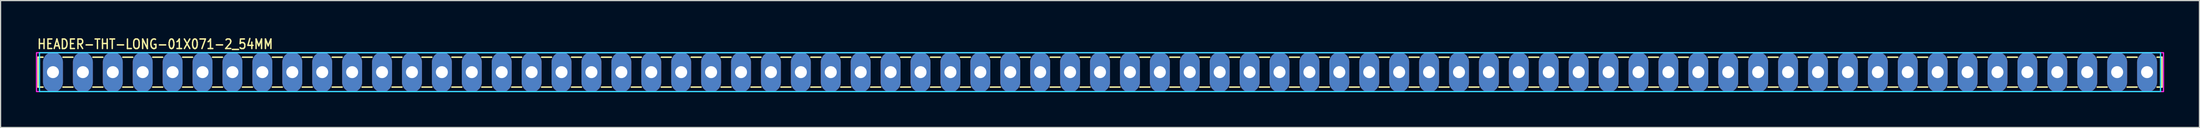
<source format=kicad_pcb>
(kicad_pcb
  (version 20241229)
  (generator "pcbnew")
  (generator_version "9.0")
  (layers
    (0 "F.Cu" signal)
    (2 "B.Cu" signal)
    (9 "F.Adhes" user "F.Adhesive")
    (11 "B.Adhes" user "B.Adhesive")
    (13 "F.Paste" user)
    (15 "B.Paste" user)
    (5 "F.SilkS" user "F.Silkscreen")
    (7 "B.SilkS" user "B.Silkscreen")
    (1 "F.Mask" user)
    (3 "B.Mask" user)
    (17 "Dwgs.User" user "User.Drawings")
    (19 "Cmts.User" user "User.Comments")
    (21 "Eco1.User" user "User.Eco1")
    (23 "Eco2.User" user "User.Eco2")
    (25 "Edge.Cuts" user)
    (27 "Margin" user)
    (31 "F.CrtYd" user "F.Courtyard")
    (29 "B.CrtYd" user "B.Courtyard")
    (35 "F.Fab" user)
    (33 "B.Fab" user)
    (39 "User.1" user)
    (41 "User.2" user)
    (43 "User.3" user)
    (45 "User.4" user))
  (footprint "HEADER-THT-LONG-01X071-2_54MM"
    (layer "F.Cu")
    (at 1.447 3.079)
    (property "Reference" "HEADER-THT-LONG-01X071-2_54MM" (at -1.4 -1.9 0) (unlocked yes) (layer "F.SilkS") (effects (font (size 0.813 0.695) (thickness 0.122)) (justify left bottom)))
    (fp_line (start -1.27 -1.27) (end -1.27 1.27) (stroke (width 0.127) (type solid)) (layer "F.SilkS"))
    (fp_line (start -1.27 1.27) (end -0.85 1.27) (stroke (width 0.127) (type solid)) (layer "F.SilkS"))
    (fp_line (start -0.85 -1.27) (end -1.27 -1.27) (stroke (width 0.127) (type solid)) (layer "F.SilkS"))
    (fp_line (start 0.85 -1.27) (end 1.69 -1.27) (stroke (width 0.127) (type solid)) (layer "F.SilkS"))
    (fp_line (start 0.85 1.27) (end 1.69 1.27) (stroke (width 0.127) (type solid)) (layer "F.SilkS"))
    (fp_line (start 3.39 -1.27) (end 4.23 -1.27) (stroke (width 0.127) (type solid)) (layer "F.SilkS"))
    (fp_line (start 3.39 1.27) (end 4.23 1.27) (stroke (width 0.127) (type solid)) (layer "F.SilkS"))
    (fp_line (start 5.93 -1.27) (end 6.77 -1.27) (stroke (width 0.127) (type solid)) (layer "F.SilkS"))
    (fp_line (start 5.93 1.27) (end 6.77 1.27) (stroke (width 0.127) (type solid)) (layer "F.SilkS"))
    (fp_line (start 8.47 -1.27) (end 9.31 -1.27) (stroke (width 0.127) (type solid)) (layer "F.SilkS"))
    (fp_line (start 8.47 1.27) (end 9.31 1.27) (stroke (width 0.127) (type solid)) (layer "F.SilkS"))
    (fp_line (start 11.01 -1.27) (end 11.85 -1.27) (stroke (width 0.127) (type solid)) (layer "F.SilkS"))
    (fp_line (start 11.01 1.27) (end 11.85 1.27) (stroke (width 0.127) (type solid)) (layer "F.SilkS"))
    (fp_line (start 13.55 -1.27) (end 14.39 -1.27) (stroke (width 0.127) (type solid)) (layer "F.SilkS"))
    (fp_line (start 13.55 1.27) (end 14.39 1.27) (stroke (width 0.127) (type solid)) (layer "F.SilkS"))
    (fp_line (start 16.09 -1.27) (end 16.93 -1.27) (stroke (width 0.127) (type solid)) (layer "F.SilkS"))
    (fp_line (start 16.09 1.27) (end 16.93 1.27) (stroke (width 0.127) (type solid)) (layer "F.SilkS"))
    (fp_line (start 18.63 -1.27) (end 19.47 -1.27) (stroke (width 0.127) (type solid)) (layer "F.SilkS"))
    (fp_line (start 18.63 1.27) (end 19.47 1.27) (stroke (width 0.127) (type solid)) (layer "F.SilkS"))
    (fp_line (start 21.17 -1.27) (end 22.01 -1.27) (stroke (width 0.127) (type solid)) (layer "F.SilkS"))
    (fp_line (start 21.17 1.27) (end 22.01 1.27) (stroke (width 0.127) (type solid)) (layer "F.SilkS"))
    (fp_line (start 23.71 -1.27) (end 24.55 -1.27) (stroke (width 0.127) (type solid)) (layer "F.SilkS"))
    (fp_line (start 23.71 1.27) (end 24.55 1.27) (stroke (width 0.127) (type solid)) (layer "F.SilkS"))
    (fp_line (start 26.25 -1.27) (end 27.09 -1.27) (stroke (width 0.127) (type solid)) (layer "F.SilkS"))
    (fp_line (start 26.25 1.27) (end 27.09 1.27) (stroke (width 0.127) (type solid)) (layer "F.SilkS"))
    (fp_line (start 28.79 -1.27) (end 29.63 -1.27) (stroke (width 0.127) (type solid)) (layer "F.SilkS"))
    (fp_line (start 28.79 1.27) (end 29.63 1.27) (stroke (width 0.127) (type solid)) (layer "F.SilkS"))
    (fp_line (start 31.33 -1.27) (end 32.17 -1.27) (stroke (width 0.127) (type solid)) (layer "F.SilkS"))
    (fp_line (start 31.33 1.27) (end 32.17 1.27) (stroke (width 0.127) (type solid)) (layer "F.SilkS"))
    (fp_line (start 33.87 -1.27) (end 34.71 -1.27) (stroke (width 0.127) (type solid)) (layer "F.SilkS"))
    (fp_line (start 33.87 1.27) (end 34.71 1.27) (stroke (width 0.127) (type solid)) (layer "F.SilkS"))
    (fp_line (start 36.41 -1.27) (end 37.25 -1.27) (stroke (width 0.127) (type solid)) (layer "F.SilkS"))
    (fp_line (start 36.41 1.27) (end 37.25 1.27) (stroke (width 0.127) (type solid)) (layer "F.SilkS"))
    (fp_line (start 38.95 -1.27) (end 39.79 -1.27) (stroke (width 0.127) (type solid)) (layer "F.SilkS"))
    (fp_line (start 38.95 1.27) (end 39.79 1.27) (stroke (width 0.127) (type solid)) (layer "F.SilkS"))
    (fp_line (start 41.49 -1.27) (end 42.33 -1.27) (stroke (width 0.127) (type solid)) (layer "F.SilkS"))
    (fp_line (start 41.49 1.27) (end 42.33 1.27) (stroke (width 0.127) (type solid)) (layer "F.SilkS"))
    (fp_line (start 44.03 -1.27) (end 44.87 -1.27) (stroke (width 0.127) (type solid)) (layer "F.SilkS"))
    (fp_line (start 44.03 1.27) (end 44.87 1.27) (stroke (width 0.127) (type solid)) (layer "F.SilkS"))
    (fp_line (start 46.57 -1.27) (end 47.41 -1.27) (stroke (width 0.127) (type solid)) (layer "F.SilkS"))
    (fp_line (start 46.57 1.27) (end 47.41 1.27) (stroke (width 0.127) (type solid)) (layer "F.SilkS"))
    (fp_line (start 49.11 -1.27) (end 49.95 -1.27) (stroke (width 0.127) (type solid)) (layer "F.SilkS"))
    (fp_line (start 49.11 1.27) (end 49.95 1.27) (stroke (width 0.127) (type solid)) (layer "F.SilkS"))
    (fp_line (start 51.65 -1.27) (end 52.49 -1.27) (stroke (width 0.127) (type solid)) (layer "F.SilkS"))
    (fp_line (start 51.65 1.27) (end 52.49 1.27) (stroke (width 0.127) (type solid)) (layer "F.SilkS"))
    (fp_line (start 54.19 -1.27) (end 55.03 -1.27) (stroke (width 0.127) (type solid)) (layer "F.SilkS"))
    (fp_line (start 54.19 1.27) (end 55.03 1.27) (stroke (width 0.127) (type solid)) (layer "F.SilkS"))
    (fp_line (start 56.73 -1.27) (end 57.57 -1.27) (stroke (width 0.127) (type solid)) (layer "F.SilkS"))
    (fp_line (start 56.73 1.27) (end 57.57 1.27) (stroke (width 0.127) (type solid)) (layer "F.SilkS"))
    (fp_line (start 59.27 -1.27) (end 60.11 -1.27) (stroke (width 0.127) (type solid)) (layer "F.SilkS"))
    (fp_line (start 59.27 1.27) (end 60.11 1.27) (stroke (width 0.127) (type solid)) (layer "F.SilkS"))
    (fp_line (start 61.81 -1.27) (end 62.65 -1.27) (stroke (width 0.127) (type solid)) (layer "F.SilkS"))
    (fp_line (start 61.81 1.27) (end 62.65 1.27) (stroke (width 0.127) (type solid)) (layer "F.SilkS"))
    (fp_line (start 64.35 -1.27) (end 65.19 -1.27) (stroke (width 0.127) (type solid)) (layer "F.SilkS"))
    (fp_line (start 64.35 1.27) (end 65.19 1.27) (stroke (width 0.127) (type solid)) (layer "F.SilkS"))
    (fp_line (start 66.89 -1.27) (end 67.73 -1.27) (stroke (width 0.127) (type solid)) (layer "F.SilkS"))
    (fp_line (start 66.89 1.27) (end 67.73 1.27) (stroke (width 0.127) (type solid)) (layer "F.SilkS"))
    (fp_line (start 69.43 -1.27) (end 70.27 -1.27) (stroke (width 0.127) (type solid)) (layer "F.SilkS"))
    (fp_line (start 69.43 1.27) (end 70.27 1.27) (stroke (width 0.127) (type solid)) (layer "F.SilkS"))
    (fp_line (start 71.97 -1.27) (end 72.81 -1.27) (stroke (width 0.127) (type solid)) (layer "F.SilkS"))
    (fp_line (start 71.97 1.27) (end 72.81 1.27) (stroke (width 0.127) (type solid)) (layer "F.SilkS"))
    (fp_line (start 74.51 -1.27) (end 75.35 -1.27) (stroke (width 0.127) (type solid)) (layer "F.SilkS"))
    (fp_line (start 74.51 1.27) (end 75.35 1.27) (stroke (width 0.127) (type solid)) (layer "F.SilkS"))
    (fp_line (start 77.05 -1.27) (end 77.89 -1.27) (stroke (width 0.127) (type solid)) (layer "F.SilkS"))
    (fp_line (start 77.05 1.27) (end 77.89 1.27) (stroke (width 0.127) (type solid)) (layer "F.SilkS"))
    (fp_line (start 79.59 -1.27) (end 80.43 -1.27) (stroke (width 0.127) (type solid)) (layer "F.SilkS"))
    (fp_line (start 79.59 1.27) (end 80.43 1.27) (stroke (width 0.127) (type solid)) (layer "F.SilkS"))
    (fp_line (start 82.13 -1.27) (end 82.97 -1.27) (stroke (width 0.127) (type solid)) (layer "F.SilkS"))
    (fp_line (start 82.13 1.27) (end 82.97 1.27) (stroke (width 0.127) (type solid)) (layer "F.SilkS"))
    (fp_line (start 84.67 -1.27) (end 85.51 -1.27) (stroke (width 0.127) (type solid)) (layer "F.SilkS"))
    (fp_line (start 84.67 1.27) (end 85.51 1.27) (stroke (width 0.127) (type solid)) (layer "F.SilkS"))
    (fp_line (start 87.21 -1.27) (end 88.05 -1.27) (stroke (width 0.127) (type solid)) (layer "F.SilkS"))
    (fp_line (start 87.21 1.27) (end 88.05 1.27) (stroke (width 0.127) (type solid)) (layer "F.SilkS"))
    (fp_line (start 89.75 -1.27) (end 90.59 -1.27) (stroke (width 0.127) (type solid)) (layer "F.SilkS"))
    (fp_line (start 89.75 1.27) (end 90.59 1.27) (stroke (width 0.127) (type solid)) (layer "F.SilkS"))
    (fp_line (start 92.29 -1.27) (end 93.13 -1.27) (stroke (width 0.127) (type solid)) (layer "F.SilkS"))
    (fp_line (start 92.29 1.27) (end 93.13 1.27) (stroke (width 0.127) (type solid)) (layer "F.SilkS"))
    (fp_line (start 94.83 -1.27) (end 95.67 -1.27) (stroke (width 0.127) (type solid)) (layer "F.SilkS"))
    (fp_line (start 94.83 1.27) (end 95.67 1.27) (stroke (width 0.127) (type solid)) (layer "F.SilkS"))
    (fp_line (start 97.37 -1.27) (end 98.21 -1.27) (stroke (width 0.127) (type solid)) (layer "F.SilkS"))
    (fp_line (start 97.37 1.27) (end 98.21 1.27) (stroke (width 0.127) (type solid)) (layer "F.SilkS"))
    (fp_line (start 99.91 -1.27) (end 100.75 -1.27) (stroke (width 0.127) (type solid)) (layer "F.SilkS"))
    (fp_line (start 99.91 1.27) (end 100.75 1.27) (stroke (width 0.127) (type solid)) (layer "F.SilkS"))
    (fp_line (start 102.45 -1.27) (end 103.29 -1.27) (stroke (width 0.127) (type solid)) (layer "F.SilkS"))
    (fp_line (start 102.45 1.27) (end 103.29 1.27) (stroke (width 0.127) (type solid)) (layer "F.SilkS"))
    (fp_line (start 104.99 -1.27) (end 105.83 -1.27) (stroke (width 0.127) (type solid)) (layer "F.SilkS"))
    (fp_line (start 104.99 1.27) (end 105.83 1.27) (stroke (width 0.127) (type solid)) (layer "F.SilkS"))
    (fp_line (start 107.53 -1.27) (end 108.37 -1.27) (stroke (width 0.127) (type solid)) (layer "F.SilkS"))
    (fp_line (start 107.53 1.27) (end 108.37 1.27) (stroke (width 0.127) (type solid)) (layer "F.SilkS"))
    (fp_line (start 110.07 -1.27) (end 110.91 -1.27) (stroke (width 0.127) (type solid)) (layer "F.SilkS"))
    (fp_line (start 110.07 1.27) (end 110.91 1.27) (stroke (width 0.127) (type solid)) (layer "F.SilkS"))
    (fp_line (start 112.61 -1.27) (end 113.45 -1.27) (stroke (width 0.127) (type solid)) (layer "F.SilkS"))
    (fp_line (start 112.61 1.27) (end 113.45 1.27) (stroke (width 0.127) (type solid)) (layer "F.SilkS"))
    (fp_line (start 115.15 -1.27) (end 115.99 -1.27) (stroke (width 0.127) (type solid)) (layer "F.SilkS"))
    (fp_line (start 115.15 1.27) (end 115.99 1.27) (stroke (width 0.127) (type solid)) (layer "F.SilkS"))
    (fp_line (start 117.69 -1.27) (end 118.53 -1.27) (stroke (width 0.127) (type solid)) (layer "F.SilkS"))
    (fp_line (start 117.69 1.27) (end 118.53 1.27) (stroke (width 0.127) (type solid)) (layer "F.SilkS"))
    (fp_line (start 120.23 -1.27) (end 121.07 -1.27) (stroke (width 0.127) (type solid)) (layer "F.SilkS"))
    (fp_line (start 120.23 1.27) (end 121.07 1.27) (stroke (width 0.127) (type solid)) (layer "F.SilkS"))
    (fp_line (start 122.77 -1.27) (end 123.61 -1.27) (stroke (width 0.127) (type solid)) (layer "F.SilkS"))
    (fp_line (start 122.77 1.27) (end 123.61 1.27) (stroke (width 0.127) (type solid)) (layer "F.SilkS"))
    (fp_line (start 125.31 -1.27) (end 126.15 -1.27) (stroke (width 0.127) (type solid)) (layer "F.SilkS"))
    (fp_line (start 125.31 1.27) (end 126.15 1.27) (stroke (width 0.127) (type solid)) (layer "F.SilkS"))
    (fp_line (start 127.85 -1.27) (end 128.69 -1.27) (stroke (width 0.127) (type solid)) (layer "F.SilkS"))
    (fp_line (start 127.85 1.27) (end 128.69 1.27) (stroke (width 0.127) (type solid)) (layer "F.SilkS"))
    (fp_line (start 130.39 -1.27) (end 131.23 -1.27) (stroke (width 0.127) (type solid)) (layer "F.SilkS"))
    (fp_line (start 130.39 1.27) (end 131.23 1.27) (stroke (width 0.127) (type solid)) (layer "F.SilkS"))
    (fp_line (start 132.93 -1.27) (end 133.77 -1.27) (stroke (width 0.127) (type solid)) (layer "F.SilkS"))
    (fp_line (start 132.93 1.27) (end 133.77 1.27) (stroke (width 0.127) (type solid)) (layer "F.SilkS"))
    (fp_line (start 135.47 -1.27) (end 136.31 -1.27) (stroke (width 0.127) (type solid)) (layer "F.SilkS"))
    (fp_line (start 135.47 1.27) (end 136.31 1.27) (stroke (width 0.127) (type solid)) (layer "F.SilkS"))
    (fp_line (start 138.01 -1.27) (end 138.85 -1.27) (stroke (width 0.127) (type solid)) (layer "F.SilkS"))
    (fp_line (start 138.01 1.27) (end 138.85 1.27) (stroke (width 0.127) (type solid)) (layer "F.SilkS"))
    (fp_line (start 140.55 -1.27) (end 141.39 -1.27) (stroke (width 0.127) (type solid)) (layer "F.SilkS"))
    (fp_line (start 140.55 1.27) (end 141.39 1.27) (stroke (width 0.127) (type solid)) (layer "F.SilkS"))
    (fp_line (start 143.09 -1.27) (end 143.93 -1.27) (stroke (width 0.127) (type solid)) (layer "F.SilkS"))
    (fp_line (start 143.09 1.27) (end 143.93 1.27) (stroke (width 0.127) (type solid)) (layer "F.SilkS"))
    (fp_line (start 145.63 -1.27) (end 146.47 -1.27) (stroke (width 0.127) (type solid)) (layer "F.SilkS"))
    (fp_line (start 145.63 1.27) (end 146.47 1.27) (stroke (width 0.127) (type solid)) (layer "F.SilkS"))
    (fp_line (start 148.17 -1.27) (end 149.01 -1.27) (stroke (width 0.127) (type solid)) (layer "F.SilkS"))
    (fp_line (start 148.17 1.27) (end 149.01 1.27) (stroke (width 0.127) (type solid)) (layer "F.SilkS"))
    (fp_line (start 150.71 -1.27) (end 151.55 -1.27) (stroke (width 0.127) (type solid)) (layer "F.SilkS"))
    (fp_line (start 150.71 1.27) (end 151.55 1.27) (stroke (width 0.127) (type solid)) (layer "F.SilkS"))
    (fp_line (start 153.25 -1.27) (end 154.09 -1.27) (stroke (width 0.127) (type solid)) (layer "F.SilkS"))
    (fp_line (start 153.25 1.27) (end 154.09 1.27) (stroke (width 0.127) (type solid)) (layer "F.SilkS"))
    (fp_line (start 155.79 -1.27) (end 156.63 -1.27) (stroke (width 0.127) (type solid)) (layer "F.SilkS"))
    (fp_line (start 155.79 1.27) (end 156.63 1.27) (stroke (width 0.127) (type solid)) (layer "F.SilkS"))
    (fp_line (start 158.33 -1.27) (end 159.17 -1.27) (stroke (width 0.127) (type solid)) (layer "F.SilkS"))
    (fp_line (start 158.33 1.27) (end 159.17 1.27) (stroke (width 0.127) (type solid)) (layer "F.SilkS"))
    (fp_line (start 160.87 -1.27) (end 161.71 -1.27) (stroke (width 0.127) (type solid)) (layer "F.SilkS"))
    (fp_line (start 160.87 1.27) (end 161.71 1.27) (stroke (width 0.127) (type solid)) (layer "F.SilkS"))
    (fp_line (start 163.41 -1.27) (end 164.25 -1.27) (stroke (width 0.127) (type solid)) (layer "F.SilkS"))
    (fp_line (start 163.41 1.27) (end 164.25 1.27) (stroke (width 0.127) (type solid)) (layer "F.SilkS"))
    (fp_line (start 165.95 -1.27) (end 166.79 -1.27) (stroke (width 0.127) (type solid)) (layer "F.SilkS"))
    (fp_line (start 165.95 1.27) (end 166.79 1.27) (stroke (width 0.127) (type solid)) (layer "F.SilkS"))
    (fp_line (start 168.49 -1.27) (end 169.33 -1.27) (stroke (width 0.127) (type solid)) (layer "F.SilkS"))
    (fp_line (start 168.49 1.27) (end 169.33 1.27) (stroke (width 0.127) (type solid)) (layer "F.SilkS"))
    (fp_line (start 171.03 -1.27) (end 171.87 -1.27) (stroke (width 0.127) (type solid)) (layer "F.SilkS"))
    (fp_line (start 171.03 1.27) (end 171.87 1.27) (stroke (width 0.127) (type solid)) (layer "F.SilkS"))
    (fp_line (start 173.57 -1.27) (end 174.41 -1.27) (stroke (width 0.127) (type solid)) (layer "F.SilkS"))
    (fp_line (start 173.57 1.27) (end 174.41 1.27) (stroke (width 0.127) (type solid)) (layer "F.SilkS"))
    (fp_line (start 176.11 -1.27) (end 176.95 -1.27) (stroke (width 0.127) (type solid)) (layer "F.SilkS"))
    (fp_line (start 176.11 1.27) (end 176.95 1.27) (stroke (width 0.127) (type solid)) (layer "F.SilkS"))
    (fp_line (start 178.65 -1.27) (end 179.07 -1.27) (stroke (width 0.127) (type solid)) (layer "F.SilkS"))
    (fp_line (start 179.07 -1.27) (end 179.07 1.27) (stroke (width 0.127) (type solid)) (layer "F.SilkS"))
    (fp_line (start 179.07 1.27) (end 178.65 1.27) (stroke (width 0.127) (type solid)) (layer "F.SilkS"))
    (fp_poly (pts (xy -1.143 -1.651) (xy 178.943 -1.651) (xy 178.943 1.651) (xy -1.143 1.651)) (stroke (width 0.1) (type solid)) (fill no) (layer "B.CrtYd"))
    (fp_poly (pts (xy -1.397 -1.651) (xy 179.197 -1.651) (xy 179.197 1.651) (xy -1.397 1.651)) (stroke (width 0.1) (type solid)) (fill no) (layer "F.CrtYd"))
    (pad "P$1" thru_hole oval (at 0 0 90) (size 3.387 1.693) (drill 1.016) (layers "*.Cu" "*.Mask"))
    (pad "P$2" thru_hole oval (at 2.54 0 90) (size 3.387 1.693) (drill 1.016) (layers "*.Cu" "*.Mask"))
    (pad "P$3" thru_hole oval (at 5.08 0 90) (size 3.387 1.693) (drill 1.016) (layers "*.Cu" "*.Mask"))
    (pad "P$4" thru_hole oval (at 7.62 0 90) (size 3.387 1.693) (drill 1.016) (layers "*.Cu" "*.Mask"))
    (pad "P$5" thru_hole oval (at 10.16 0 90) (size 3.387 1.693) (drill 1.016) (layers "*.Cu" "*.Mask"))
    (pad "P$6" thru_hole oval (at 12.7 0 90) (size 3.387 1.693) (drill 1.016) (layers "*.Cu" "*.Mask"))
    (pad "P$7" thru_hole oval (at 15.24 0 90) (size 3.387 1.693) (drill 1.016) (layers "*.Cu" "*.Mask"))
    (pad "P$8" thru_hole oval (at 17.78 0 90) (size 3.387 1.693) (drill 1.016) (layers "*.Cu" "*.Mask"))
    (pad "P$9" thru_hole oval (at 20.32 0 90) (size 3.387 1.693) (drill 1.016) (layers "*.Cu" "*.Mask"))
    (pad "P$10" thru_hole oval (at 22.86 0 90) (size 3.387 1.693) (drill 1.016) (layers "*.Cu" "*.Mask"))
    (pad "P$11" thru_hole oval (at 25.4 0 90) (size 3.387 1.693) (drill 1.016) (layers "*.Cu" "*.Mask"))
    (pad "P$12" thru_hole oval (at 27.94 0 90) (size 3.387 1.693) (drill 1.016) (layers "*.Cu" "*.Mask"))
    (pad "P$13" thru_hole oval (at 30.48 0 90) (size 3.387 1.693) (drill 1.016) (layers "*.Cu" "*.Mask"))
    (pad "P$14" thru_hole oval (at 33.02 0 90) (size 3.387 1.693) (drill 1.016) (layers "*.Cu" "*.Mask"))
    (pad "P$15" thru_hole oval (at 35.56 0 90) (size 3.387 1.693) (drill 1.016) (layers "*.Cu" "*.Mask"))
    (pad "P$16" thru_hole oval (at 38.1 0 90) (size 3.387 1.693) (drill 1.016) (layers "*.Cu" "*.Mask"))
    (pad "P$17" thru_hole oval (at 40.64 0 90) (size 3.387 1.693) (drill 1.016) (layers "*.Cu" "*.Mask"))
    (pad "P$18" thru_hole oval (at 43.18 0 90) (size 3.387 1.693) (drill 1.016) (layers "*.Cu" "*.Mask"))
    (pad "P$19" thru_hole oval (at 45.72 0 90) (size 3.387 1.693) (drill 1.016) (layers "*.Cu" "*.Mask"))
    (pad "P$20" thru_hole oval (at 48.26 0 90) (size 3.387 1.693) (drill 1.016) (layers "*.Cu" "*.Mask"))
    (pad "P$21" thru_hole oval (at 50.8 0 90) (size 3.387 1.693) (drill 1.016) (layers "*.Cu" "*.Mask"))
    (pad "P$22" thru_hole oval (at 53.34 0 90) (size 3.387 1.693) (drill 1.016) (layers "*.Cu" "*.Mask"))
    (pad "P$23" thru_hole oval (at 55.88 0 90) (size 3.387 1.693) (drill 1.016) (layers "*.Cu" "*.Mask"))
    (pad "P$24" thru_hole oval (at 58.42 0 90) (size 3.387 1.693) (drill 1.016) (layers "*.Cu" "*.Mask"))
    (pad "P$25" thru_hole oval (at 60.96 0 90) (size 3.387 1.693) (drill 1.016) (layers "*.Cu" "*.Mask"))
    (pad "P$26" thru_hole oval (at 63.5 0 90) (size 3.387 1.693) (drill 1.016) (layers "*.Cu" "*.Mask"))
    (pad "P$27" thru_hole oval (at 66.04 0 90) (size 3.387 1.693) (drill 1.016) (layers "*.Cu" "*.Mask"))
    (pad "P$28" thru_hole oval (at 68.58 0 90) (size 3.387 1.693) (drill 1.016) (layers "*.Cu" "*.Mask"))
    (pad "P$29" thru_hole oval (at 71.12 0 90) (size 3.387 1.693) (drill 1.016) (layers "*.Cu" "*.Mask"))
    (pad "P$30" thru_hole oval (at 73.66 0 90) (size 3.387 1.693) (drill 1.016) (layers "*.Cu" "*.Mask"))
    (pad "P$31" thru_hole oval (at 76.2 0 90) (size 3.387 1.693) (drill 1.016) (layers "*.Cu" "*.Mask"))
    (pad "P$32" thru_hole oval (at 78.74 0 90) (size 3.387 1.693) (drill 1.016) (layers "*.Cu" "*.Mask"))
    (pad "P$33" thru_hole oval (at 81.28 0 90) (size 3.387 1.693) (drill 1.016) (layers "*.Cu" "*.Mask"))
    (pad "P$34" thru_hole oval (at 83.82 0 90) (size 3.387 1.693) (drill 1.016) (layers "*.Cu" "*.Mask"))
    (pad "P$35" thru_hole oval (at 86.36 0 90) (size 3.387 1.693) (drill 1.016) (layers "*.Cu" "*.Mask"))
    (pad "P$36" thru_hole oval (at 88.9 0 90) (size 3.387 1.693) (drill 1.016) (layers "*.Cu" "*.Mask"))
    (pad "P$37" thru_hole oval (at 91.44 0 90) (size 3.387 1.693) (drill 1.016) (layers "*.Cu" "*.Mask"))
    (pad "P$38" thru_hole oval (at 93.98 0 90) (size 3.387 1.693) (drill 1.016) (layers "*.Cu" "*.Mask"))
    (pad "P$39" thru_hole oval (at 96.52 0 90) (size 3.387 1.693) (drill 1.016) (layers "*.Cu" "*.Mask"))
    (pad "P$40" thru_hole oval (at 99.06 0 90) (size 3.387 1.693) (drill 1.016) (layers "*.Cu" "*.Mask"))
    (pad "P$41" thru_hole oval (at 101.6 0 90) (size 3.387 1.693) (drill 1.016) (layers "*.Cu" "*.Mask"))
    (pad "P$42" thru_hole oval (at 104.14 0 90) (size 3.387 1.693) (drill 1.016) (layers "*.Cu" "*.Mask"))
    (pad "P$43" thru_hole oval (at 106.68 0 90) (size 3.387 1.693) (drill 1.016) (layers "*.Cu" "*.Mask"))
    (pad "P$44" thru_hole oval (at 109.22 0 90) (size 3.387 1.693) (drill 1.016) (layers "*.Cu" "*.Mask"))
    (pad "P$45" thru_hole oval (at 111.76 0 90) (size 3.387 1.693) (drill 1.016) (layers "*.Cu" "*.Mask"))
    (pad "P$46" thru_hole oval (at 114.3 0 90) (size 3.387 1.693) (drill 1.016) (layers "*.Cu" "*.Mask"))
    (pad "P$47" thru_hole oval (at 116.84 0 90) (size 3.387 1.693) (drill 1.016) (layers "*.Cu" "*.Mask"))
    (pad "P$48" thru_hole oval (at 119.38 0 90) (size 3.387 1.693) (drill 1.016) (layers "*.Cu" "*.Mask"))
    (pad "P$49" thru_hole oval (at 121.92 0 90) (size 3.387 1.693) (drill 1.016) (layers "*.Cu" "*.Mask"))
    (pad "P$50" thru_hole oval (at 124.46 0 90) (size 3.387 1.693) (drill 1.016) (layers "*.Cu" "*.Mask"))
    (pad "P$51" thru_hole oval (at 127 0 90) (size 3.387 1.693) (drill 1.016) (layers "*.Cu" "*.Mask"))
    (pad "P$52" thru_hole oval (at 129.54 0 90) (size 3.387 1.693) (drill 1.016) (layers "*.Cu" "*.Mask"))
    (pad "P$53" thru_hole oval (at 132.08 0 90) (size 3.387 1.693) (drill 1.016) (layers "*.Cu" "*.Mask"))
    (pad "P$54" thru_hole oval (at 134.62 0 90) (size 3.387 1.693) (drill 1.016) (layers "*.Cu" "*.Mask"))
    (pad "P$55" thru_hole oval (at 137.16 0 90) (size 3.387 1.693) (drill 1.016) (layers "*.Cu" "*.Mask"))
    (pad "P$56" thru_hole oval (at 139.7 0 90) (size 3.387 1.693) (drill 1.016) (layers "*.Cu" "*.Mask"))
    (pad "P$57" thru_hole oval (at 142.24 0 90) (size 3.387 1.693) (drill 1.016) (layers "*.Cu" "*.Mask"))
    (pad "P$58" thru_hole oval (at 144.78 0 90) (size 3.387 1.693) (drill 1.016) (layers "*.Cu" "*.Mask"))
    (pad "P$59" thru_hole oval (at 147.32 0 90) (size 3.387 1.693) (drill 1.016) (layers "*.Cu" "*.Mask"))
    (pad "P$60" thru_hole oval (at 149.86 0 90) (size 3.387 1.693) (drill 1.016) (layers "*.Cu" "*.Mask"))
    (pad "P$61" thru_hole oval (at 152.4 0 90) (size 3.387 1.693) (drill 1.016) (layers "*.Cu" "*.Mask"))
    (pad "P$62" thru_hole oval (at 154.94 0 90) (size 3.387 1.693) (drill 1.016) (layers "*.Cu" "*.Mask"))
    (pad "P$63" thru_hole oval (at 157.48 0 90) (size 3.387 1.693) (drill 1.016) (layers "*.Cu" "*.Mask"))
    (pad "P$64" thru_hole oval (at 160.02 0 90) (size 3.387 1.693) (drill 1.016) (layers "*.Cu" "*.Mask"))
    (pad "P$65" thru_hole oval (at 162.56 0 90) (size 3.387 1.693) (drill 1.016) (layers "*.Cu" "*.Mask"))
    (pad "P$66" thru_hole oval (at 165.1 0 90) (size 3.387 1.693) (drill 1.016) (layers "*.Cu" "*.Mask"))
    (pad "P$67" thru_hole oval (at 167.64 0 90) (size 3.387 1.693) (drill 1.016) (layers "*.Cu" "*.Mask"))
    (pad "P$68" thru_hole oval (at 170.18 0 90) (size 3.387 1.693) (drill 1.016) (layers "*.Cu" "*.Mask"))
    (pad "P$69" thru_hole oval (at 172.72 0 90) (size 3.387 1.693) (drill 1.016) (layers "*.Cu" "*.Mask"))
    (pad "P$70" thru_hole oval (at 175.26 0 90) (size 3.387 1.693) (drill 1.016) (layers "*.Cu" "*.Mask"))
    (pad "P$71" thru_hole oval (at 177.8 0 90) (size 3.387 1.693) (drill 1.016) (layers "*.Cu" "*.Mask")))
  (gr_rect
    (start -3 -3)
    (end 183.694 7.78)
    (stroke (width 0.1) (type default))
    (fill no)
    (layer "Edge.Cuts")))
</source>
